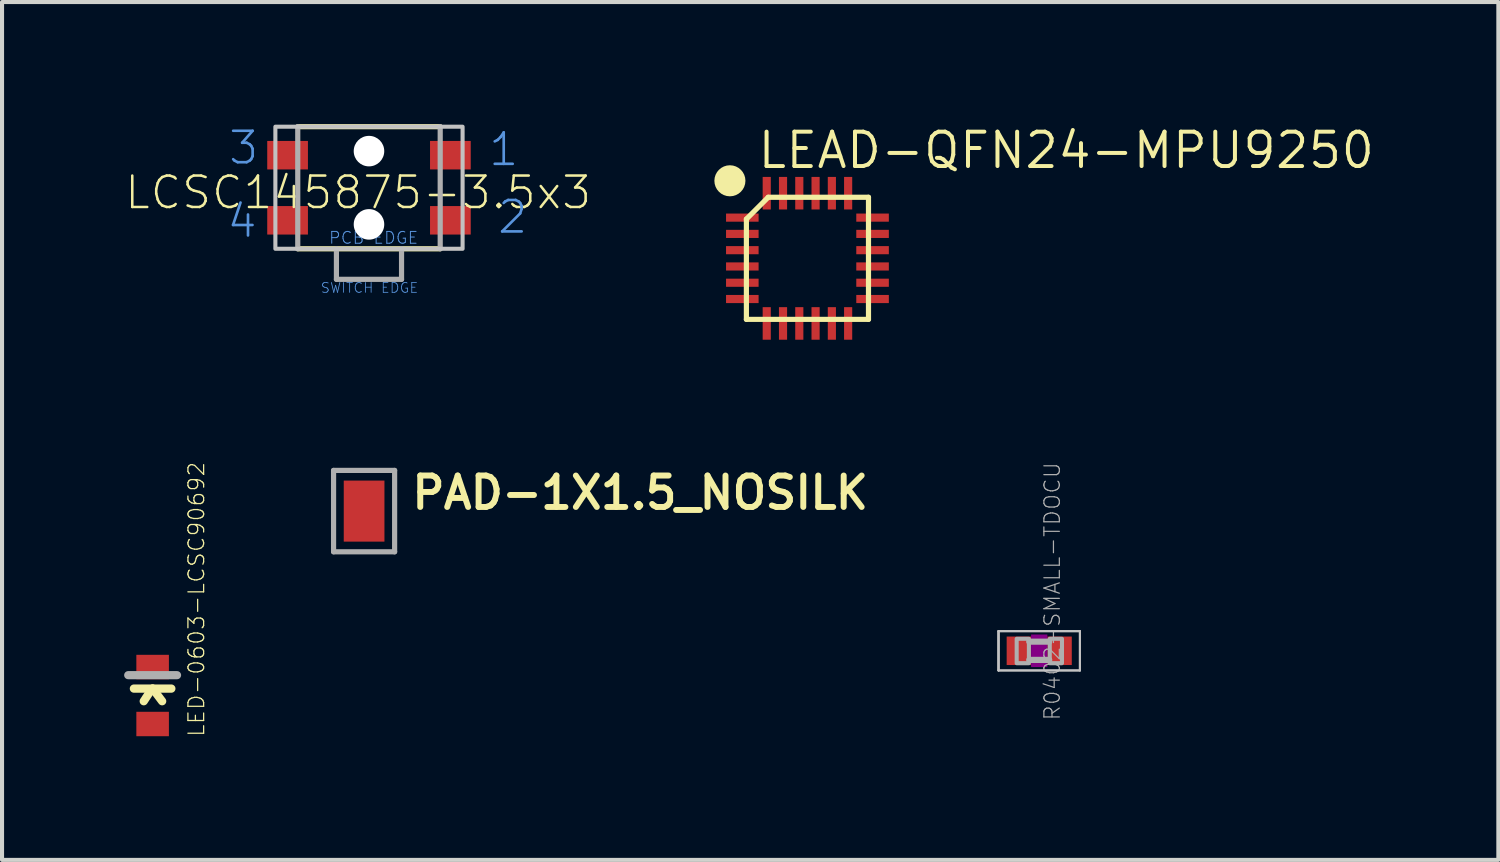
<source format=kicad_pcb>
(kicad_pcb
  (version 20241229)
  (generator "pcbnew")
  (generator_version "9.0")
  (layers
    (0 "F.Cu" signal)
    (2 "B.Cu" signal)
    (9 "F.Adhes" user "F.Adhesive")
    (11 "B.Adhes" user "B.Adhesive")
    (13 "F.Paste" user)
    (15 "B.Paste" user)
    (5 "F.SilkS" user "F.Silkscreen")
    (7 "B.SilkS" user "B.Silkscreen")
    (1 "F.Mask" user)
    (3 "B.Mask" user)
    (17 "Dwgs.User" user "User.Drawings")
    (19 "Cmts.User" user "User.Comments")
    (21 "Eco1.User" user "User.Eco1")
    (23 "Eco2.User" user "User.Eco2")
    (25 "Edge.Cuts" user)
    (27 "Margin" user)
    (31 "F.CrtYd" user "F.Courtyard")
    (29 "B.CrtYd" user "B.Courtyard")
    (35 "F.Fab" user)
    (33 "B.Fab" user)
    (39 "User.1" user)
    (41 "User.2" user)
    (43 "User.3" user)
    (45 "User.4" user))
  (footprint "PAD-1X1.5_NOSILK"
    (layer "F.Cu")
    (at 5.896 9.508)
    (property "Reference" "PAD-1X1.5_NOSILK" (at 1.1 0 0) (layer "F.SilkS") (effects (font (size 0.772 0.772) (thickness 0.146)) (justify left bottom)))
    (attr through_hole)
    (fp_line (start -0.75 -1) (end 0.75 -1) (stroke (width 0.127) (type solid)) (layer "F.Fab"))
    (fp_line (start -0.75 1) (end -0.75 -1) (stroke (width 0.127) (type solid)) (layer "F.Fab"))
    (fp_line (start 0.75 -1) (end 0.75 1) (stroke (width 0.127) (type solid)) (layer "F.Fab"))
    (fp_line (start 0.75 1) (end -0.75 1) (stroke (width 0.127) (type solid)) (layer "F.Fab"))
    (pad "P$1" smd rect (at 0 0) (size 1 1.5) (layers "F.Cu" "F.Mask")))
  (footprint "LEAD-QFN24-MPU9250"
    (layer "F.Cu")
    (at 16.789 3.297)
    (property "Reference" "LEAD-QFN24-MPU9250" (at -1.27 -2.159 0) (layer "F.SilkS") (effects (font (size 0.845 0.845) (thickness 0.098)) (justify left bottom)))
    (attr through_hole)
    (fp_line (start -1.5 -0.964) (end -0.964 -1.5) (stroke (width 0.127) (type solid)) (layer "F.SilkS"))
    (fp_line (start -1.5 1.5) (end -1.5 -0.964) (stroke (width 0.127) (type solid)) (layer "F.SilkS"))
    (fp_line (start -0.964 -1.5) (end 1.5 -1.5) (stroke (width 0.127) (type solid)) (layer "F.SilkS"))
    (fp_line (start 1.5 -1.5) (end 1.5 1.5) (stroke (width 0.127) (type solid)) (layer "F.SilkS"))
    (fp_line (start 1.5 1.5) (end -1.5 1.5) (stroke (width 0.127) (type solid)) (layer "F.SilkS"))
    (fp_circle (center -1.905 -1.905) (end -1.714 -1.905) (stroke (width 0.381) (type solid)) (fill no) (layer "F.SilkS"))
    (pad "1" smd rect (at -1.6 -1) (size 0.8 0.2) (layers "F.Cu" "F.Mask" "F.Paste"))
    (pad "2" smd rect (at -1.6 -0.6) (size 0.8 0.2) (layers "F.Cu" "F.Mask" "F.Paste"))
    (pad "3" smd rect (at -1.6 -0.2) (size 0.8 0.2) (layers "F.Cu" "F.Mask" "F.Paste"))
    (pad "4" smd rect (at -1.6 0.2) (size 0.8 0.2) (layers "F.Cu" "F.Mask" "F.Paste"))
    (pad "5" smd rect (at -1.6 0.6) (size 0.8 0.2) (layers "F.Cu" "F.Mask" "F.Paste"))
    (pad "6" smd rect (at -1.6 1) (size 0.8 0.2) (layers "F.Cu" "F.Mask" "F.Paste"))
    (pad "7" smd rect (at -1 1.6 90) (size 0.8 0.2) (layers "F.Cu" "F.Mask" "F.Paste"))
    (pad "8" smd rect (at -0.6 1.6 90) (size 0.8 0.2) (layers "F.Cu" "F.Mask" "F.Paste"))
    (pad "9" smd rect (at -0.2 1.6 90) (size 0.8 0.2) (layers "F.Cu" "F.Mask" "F.Paste"))
    (pad "10" smd rect (at 0.2 1.6 90) (size 0.8 0.2) (layers "F.Cu" "F.Mask" "F.Paste"))
    (pad "11" smd rect (at 0.6 1.6 90) (size 0.8 0.2) (layers "F.Cu" "F.Mask" "F.Paste"))
    (pad "12" smd rect (at 1 1.6 90) (size 0.8 0.2) (layers "F.Cu" "F.Mask" "F.Paste"))
    (pad "13" smd rect (at 1.6 1 180) (size 0.8 0.2) (layers "F.Cu" "F.Mask" "F.Paste"))
    (pad "14" smd rect (at 1.6 0.6 180) (size 0.8 0.2) (layers "F.Cu" "F.Mask" "F.Paste"))
    (pad "15" smd rect (at 1.6 0.2 180) (size 0.8 0.2) (layers "F.Cu" "F.Mask" "F.Paste"))
    (pad "16" smd rect (at 1.6 -0.2 180) (size 0.8 0.2) (layers "F.Cu" "F.Mask" "F.Paste"))
    (pad "17" smd rect (at 1.6 -0.6 180) (size 0.8 0.2) (layers "F.Cu" "F.Mask" "F.Paste"))
    (pad "18" smd rect (at 1.6 -1 180) (size 0.8 0.2) (layers "F.Cu" "F.Mask" "F.Paste"))
    (pad "19" smd rect (at 1 -1.6 270) (size 0.8 0.2) (layers "F.Cu" "F.Mask" "F.Paste"))
    (pad "20" smd rect (at 0.6 -1.6 270) (size 0.8 0.2) (layers "F.Cu" "F.Mask" "F.Paste"))
    (pad "21" smd rect (at 0.2 -1.6 270) (size 0.8 0.2) (layers "F.Cu" "F.Mask" "F.Paste"))
    (pad "22" smd rect (at -0.2 -1.6 270) (size 0.8 0.2) (layers "F.Cu" "F.Mask" "F.Paste"))
    (pad "23" smd rect (at -0.6 -1.6 270) (size 0.8 0.2) (layers "F.Cu" "F.Mask" "F.Paste"))
    (pad "24" smd rect (at -1 -1.6 270) (size 0.8 0.2) (layers "F.Cu" "F.Mask" "F.Paste")))
  (footprint "LED-0603-LCSC90692"
    (layer "F.Cu")
    (at 0.7 14.039)
    (property "Reference" "LED-0603-LCSC90692" (at 1.302 1.039 270) (layer "F.SilkS") (effects (font (size 0.386 0.386) (thickness 0.031)) (justify left bottom)))
    (attr through_hole)
    (fp_line (start -0.46 -0.17) (end 0 -0.17) (stroke (width 0.203) (type solid)) (layer "F.SilkS"))
    (fp_line (start -0.025 -0.155) (end -0.218 0.14) (stroke (width 0.203) (type solid)) (layer "F.SilkS"))
    (fp_line (start 0 -0.17) (end 0.234 0.14) (stroke (width 0.203) (type solid)) (layer "F.SilkS"))
    (fp_line (start 0.46 -0.17) (end 0 -0.17) (stroke (width 0.203) (type solid)) (layer "F.SilkS"))
    (fp_line (start -0.6 -0.5) (end 0.6 -0.5) (stroke (width 0.2) (type solid)) (layer "F.Fab"))
    (pad "A" smd rect (at 0 0.7) (size 0.8 0.6) (layers "F.Cu" "F.Mask" "F.Paste"))
    (pad "C" smd rect (at 0 -0.7) (size 0.8 0.6) (layers "F.Cu" "F.Mask" "F.Paste")))
  (footprint "LCSC145875-3.5x3"
    (layer "F.Cu")
    (at 6.016 1.563)
    (property "Reference" "LCSC145875-3.5x3" (at -0.265 0.57 180) (layer "F.SilkS") (effects (font (size 0.772 0.772) (thickness 0.062)) (justify bottom)))
    (attr through_hole)
    (fp_line (start 1.75 -1.5) (end -1.75 -1.5) (stroke (width 0.127) (type solid)) (layer "F.SilkS"))
    (fp_line (start 1.75 1.5) (end -1.75 1.5) (stroke (width 0.127) (type solid)) (layer "F.SilkS"))
    (fp_poly (pts (xy -2.3 -1.5) (xy 2.3 -1.5) (xy 2.3 1.5) (xy -2.3 1.5)) (stroke (width 0.1) (type solid)) (fill no) (layer "Dwgs.User"))
    (fp_line (start -1.75 -1.5) (end -1.75 1.5) (stroke (width 0.127) (type solid)) (layer "F.Fab"))
    (fp_line (start -0.8 1.5) (end -0.8 2.25) (stroke (width 0.127) (type solid)) (layer "F.Fab"))
    (fp_line (start -0.8 2.25) (end 0.8 2.25) (stroke (width 0.127) (type solid)) (layer "F.Fab"))
    (fp_line (start 0.8 2.25) (end 0.8 1.5) (stroke (width 0.127) (type solid)) (layer "F.Fab"))
    (fp_line (start 1.75 1.5) (end 1.75 -1.5) (stroke (width 0.127) (type solid)) (layer "F.Fab"))
    (fp_text user "2" (at 3.12 1.17 0) (layer "Cmts.User") (effects (font (size 0.772 0.772) (thickness 0.065)) (justify left bottom)))
    (fp_text user "4" (at -3.53 1.27 0) (layer "Cmts.User") (effects (font (size 0.772 0.772) (thickness 0.065)) (justify left bottom)))
    (fp_text user "SWITCH EDGE" (at -1.2 2.6 0) (layer "Cmts.User") (effects (font (size 0.241 0.241) (thickness 0.02)) (justify left bottom)))
    (fp_text user "PCB EDGE" (at -1 1.4 0) (layer "Cmts.User") (effects (font (size 0.29 0.29) (thickness 0.024)) (justify left bottom)))
    (fp_text user "1" (at 2.9 -0.49 0) (layer "Cmts.User") (effects (font (size 0.772 0.772) (thickness 0.065)) (justify left bottom)))
    (fp_text user "3" (at -3.49 -0.53 0) (layer "Cmts.User") (effects (font (size 0.772 0.772) (thickness 0.065)) (justify left bottom)))
    (pad "" np_thru_hole circle (at 0 -0.9) (size 0.75 0.75) (drill 0.75) (layers "*.Cu" "*.Mask"))
    (pad "" np_thru_hole circle (at 0 0.9) (size 0.75 0.75) (drill 0.75) (layers "*.Cu" "*.Mask"))
    (pad "1" smd rect (at 2 -0.8) (size 1 0.7) (layers "F.Cu" "F.Mask" "F.Paste"))
    (pad "2" smd rect (at 2 0.8) (size 1 0.7) (layers "F.Cu" "F.Mask" "F.Paste"))
    (pad "3" smd rect (at -2 -0.8) (size 1 0.7) (layers "F.Cu" "F.Mask" "F.Paste"))
    (pad "4" smd rect (at -2 0.8) (size 1 0.7) (layers "F.Cu" "F.Mask" "F.Paste")))
  (footprint "R0402-SMALL-TDOCU"
    (layer "F.Cu")
    (at 22.484 12.94)
    (property "Reference" "R0402-SMALL-TDOCU" (at 0.32 -1.46 270) (layer "F.Fab") (effects (font (size 0.38 0.38) (thickness 0.03))))
    (attr through_hole)
    (fp_poly (pts (xy -0.2 0.4) (xy 0.2 0.4) (xy 0.2 -0.4) (xy -0.2 -0.4)) (stroke (width 0) (type solid)) (fill yes) (layer "F.Adhes"))
    (fp_line (start -1 -0.483) (end 1 -0.483) (stroke (width 0.051) (type solid)) (layer "Dwgs.User"))
    (fp_line (start -1 0.483) (end -1 -0.483) (stroke (width 0.051) (type solid)) (layer "Dwgs.User"))
    (fp_line (start -1 0.483) (end -1 -0.483) (stroke (width 0.051) (type solid)) (layer "Dwgs.User"))
    (fp_line (start 1 -0.483) (end 1 0.483) (stroke (width 0.051) (type solid)) (layer "Dwgs.User"))
    (fp_line (start 1 0.483) (end -1 0.483) (stroke (width 0.051) (type solid)) (layer "Dwgs.User"))
    (fp_line (start -1 0.483) (end -1 -0.483) (stroke (width 0.051) (type solid)) (layer "F.Fab"))
    (fp_line (start -1 0.483) (end 1 0.483) (stroke (width 0.051) (type solid)) (layer "F.Fab"))
    (fp_line (start -0.245 -0.224) (end 0.245 -0.224) (stroke (width 0.152) (type solid)) (layer "F.Fab"))
    (fp_line (start 0.245 0.224) (end -0.245 0.224) (stroke (width 0.152) (type solid)) (layer "F.Fab"))
    (fp_line (start 1 -0.483) (end -1 -0.483) (stroke (width 0.051) (type solid)) (layer "F.Fab"))
    (fp_line (start 1 0.483) (end 1 -0.483) (stroke (width 0.051) (type solid)) (layer "F.Fab"))
    (fp_poly (pts (xy -0.554 0.305) (xy -0.254 0.305) (xy -0.254 -0.295) (xy -0.554 -0.295)) (stroke (width 0.1) (type solid)) (fill no) (layer "F.Fab"))
    (fp_poly (pts (xy 0.259 0.305) (xy 0.559 0.305) (xy 0.559 -0.295) (xy 0.259 -0.295)) (stroke (width 0.1) (type solid)) (fill no) (layer "F.Fab"))
    (pad "1" smd rect (at -0.5 0) (size 0.6 0.7) (layers "F.Cu" "F.Mask" "F.Paste"))
    (pad "2" smd rect (at 0.5 0) (size 0.6 0.7) (layers "F.Cu" "F.Mask" "F.Paste")))
  (gr_rect
    (start -3 -3)
    (end 33.765 18.078)
    (stroke (width 0.1) (type default))
    (fill no)
    (layer "Edge.Cuts")))
</source>
